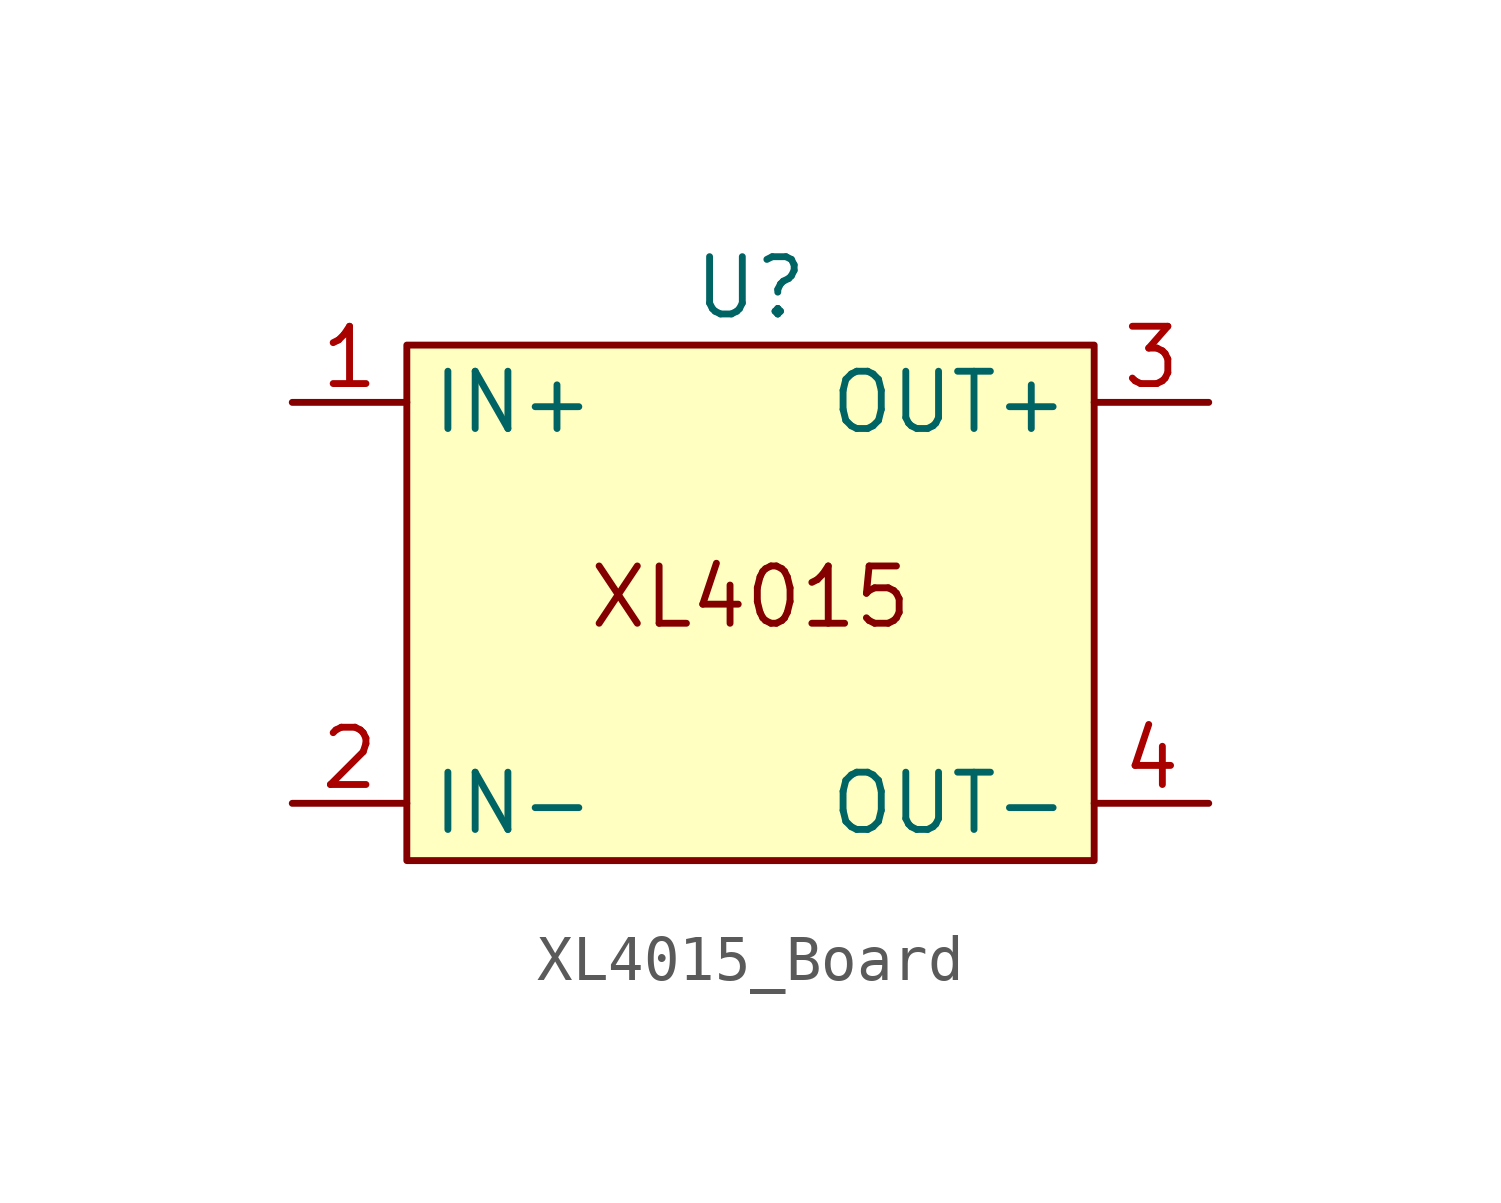
<source format=kicad_sym>
(kicad_symbol_lib
  (version 20231120)
  (generator "kicad_symbol_editor")
  (generator_version "8.0")
  (symbol "XL4015_Board"
    (property "Reference" "U"
      (at 0 7.62 0)
      (effects (font (size 1.27 1.27))))
    (property "Value" ""
      (at 0 0 0)
      (effects (font (size 1.27 1.27))))
    (symbol "XL4015_Board_1_1"
      (rectangle (start -7.62 6.35) (end 7.62 -5.08) (stroke (width 0) (type default)) (fill (type background)))
      (text "XL4015" (at 0 0.762 0) (effects (font (size 1.27 1.27))))
      (pin input line (at -10.16 5.08 0) (length 2.54) (name "IN+" (effects (font (size 1.27 1.27)))) (number "1" (effects (font (size 1.27 1.27)))))
      (pin input line (at -10.16 -3.81 0) (length 2.54) (name "IN-" (effects (font (size 1.27 1.27)))) (number "2" (effects (font (size 1.27 1.27)))))
      (pin input line (at 10.16 5.08 180) (length 2.54) (name "OUT+" (effects (font (size 1.27 1.27)))) (number "3" (effects (font (size 1.27 1.27)))))
      (pin input line (at 10.16 -3.81 180) (length 2.54) (name "OUT-" (effects (font (size 1.27 1.27)))) (number "4" (effects (font (size 1.27 1.27))))))))
</source>
